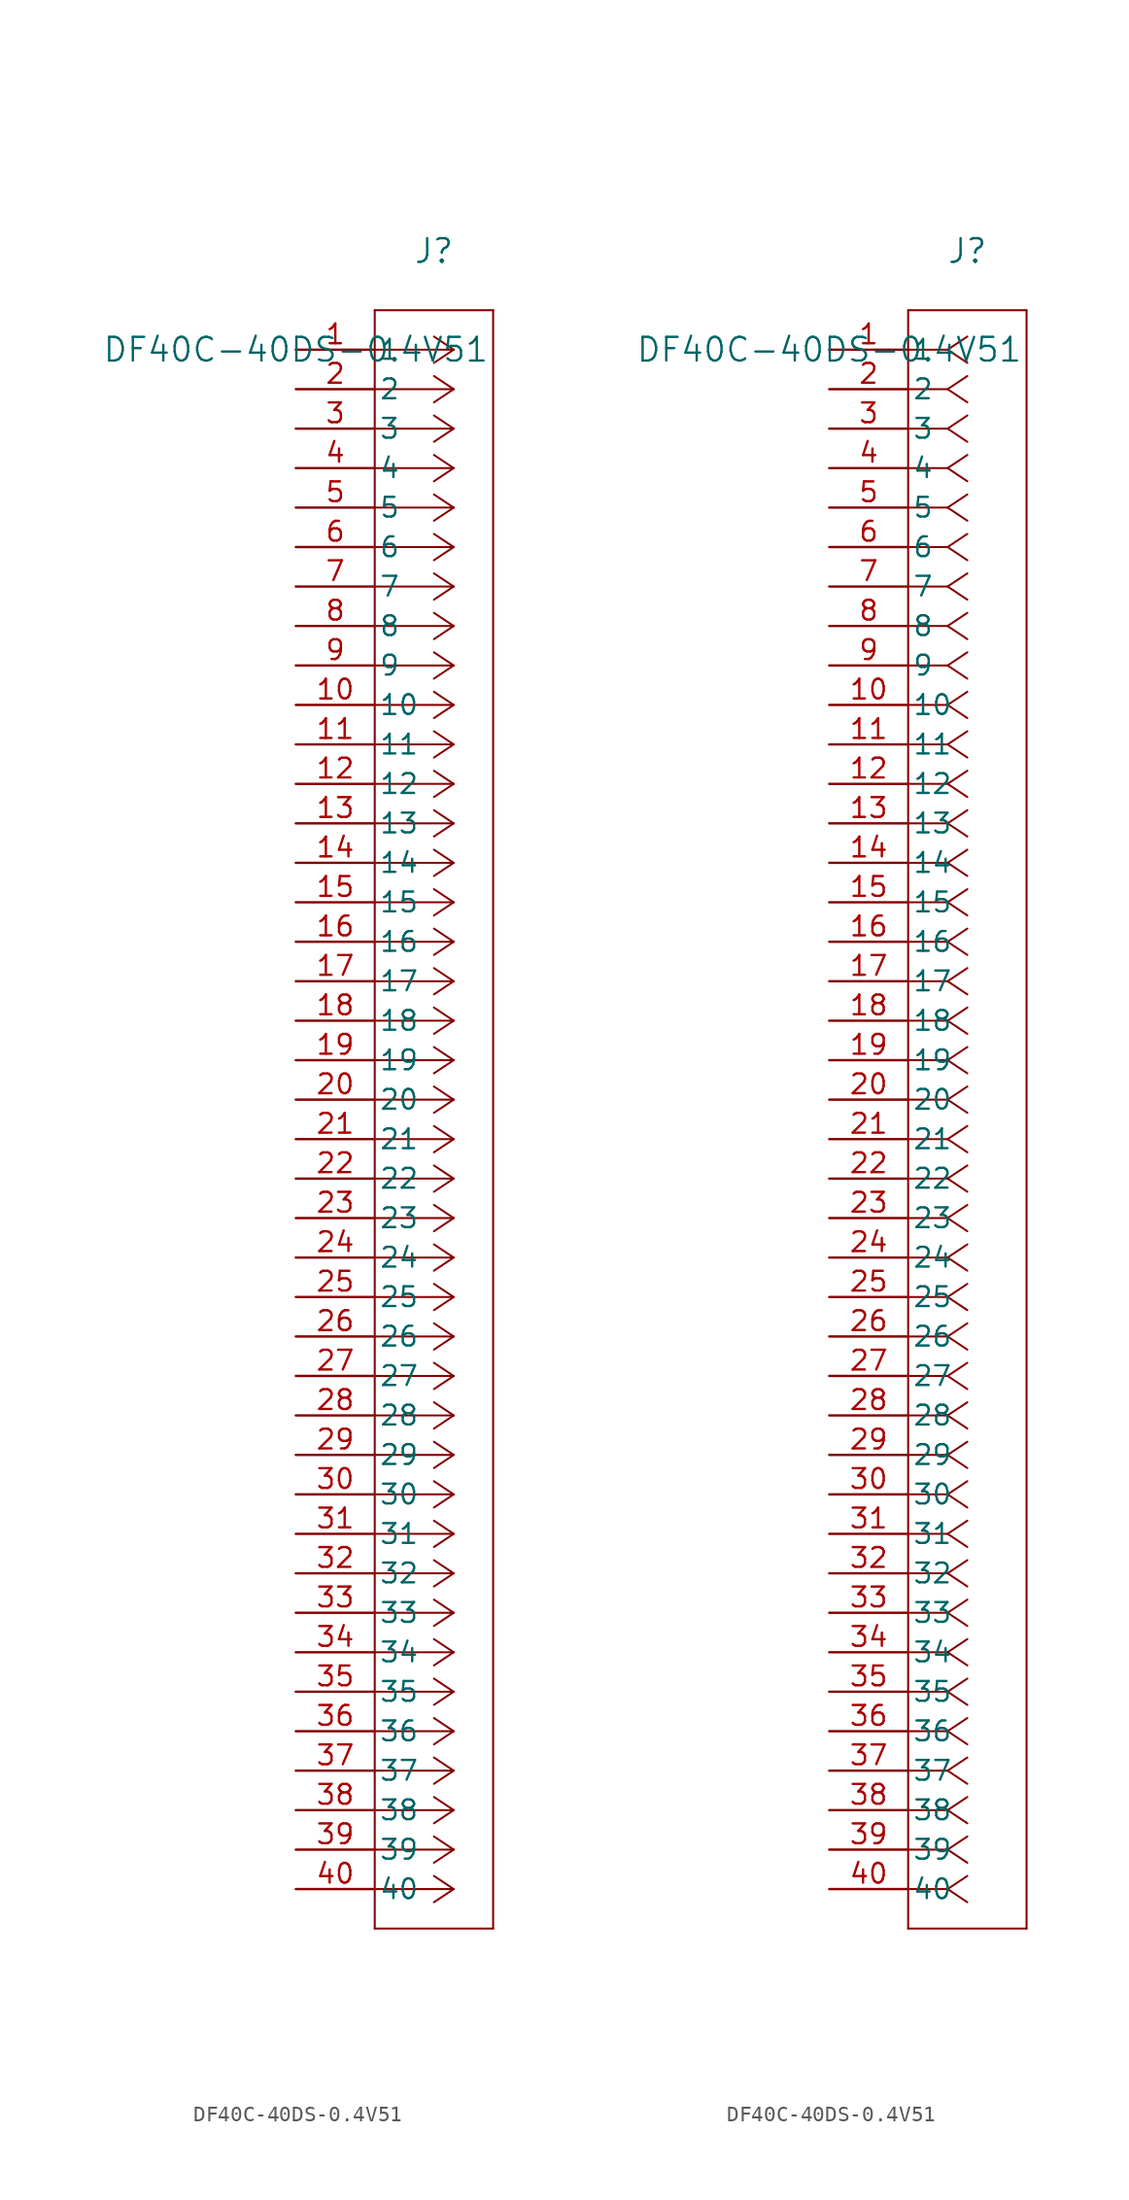
<source format=kicad_sym>
(kicad_symbol_lib
  (version 20211014)
  (generator kicad_symbol_editor)
  (symbol "DF40C-40DS-0.4V51"
    (pin_names
      (offset 0.254))
    (property "Reference" "J"
      (at 8.89 6.35 0)
      (effects (font (size 1.524 1.524))))
    (property "Value" "DF40C-40DS-0.4V51"
      (at 0 0 0)
      (effects (font (size 1.524 1.524))))
    (symbol "DF40C-40DS-0.4V51_1_1"
      (polyline (pts (xy 10.16 0) (xy 5.08 0)) (stroke (width 0.127) (type default) (color 0 0 0 0)) (fill (type none)))
      (polyline (pts (xy 10.16 -2.54) (xy 5.08 -2.54)) (stroke (width 0.127) (type default) (color 0 0 0 0)) (fill (type none)))
      (polyline (pts (xy 10.16 -5.08) (xy 5.08 -5.08)) (stroke (width 0.127) (type default) (color 0 0 0 0)) (fill (type none)))
      (polyline (pts (xy 10.16 -7.62) (xy 5.08 -7.62)) (stroke (width 0.127) (type default) (color 0 0 0 0)) (fill (type none)))
      (polyline (pts (xy 10.16 -10.16) (xy 5.08 -10.16)) (stroke (width 0.127) (type default) (color 0 0 0 0)) (fill (type none)))
      (polyline (pts (xy 10.16 -12.7) (xy 5.08 -12.7)) (stroke (width 0.127) (type default) (color 0 0 0 0)) (fill (type none)))
      (polyline (pts (xy 10.16 -15.24) (xy 5.08 -15.24)) (stroke (width 0.127) (type default) (color 0 0 0 0)) (fill (type none)))
      (polyline (pts (xy 10.16 -17.78) (xy 5.08 -17.78)) (stroke (width 0.127) (type default) (color 0 0 0 0)) (fill (type none)))
      (polyline (pts (xy 10.16 -20.32) (xy 5.08 -20.32)) (stroke (width 0.127) (type default) (color 0 0 0 0)) (fill (type none)))
      (polyline (pts (xy 10.16 -22.86) (xy 5.08 -22.86)) (stroke (width 0.127) (type default) (color 0 0 0 0)) (fill (type none)))
      (polyline (pts (xy 10.16 -25.4) (xy 5.08 -25.4)) (stroke (width 0.127) (type default) (color 0 0 0 0)) (fill (type none)))
      (polyline (pts (xy 10.16 -27.94) (xy 5.08 -27.94)) (stroke (width 0.127) (type default) (color 0 0 0 0)) (fill (type none)))
      (polyline (pts (xy 10.16 -30.48) (xy 5.08 -30.48)) (stroke (width 0.127) (type default) (color 0 0 0 0)) (fill (type none)))
      (polyline (pts (xy 10.16 -33.02) (xy 5.08 -33.02)) (stroke (width 0.127) (type default) (color 0 0 0 0)) (fill (type none)))
      (polyline (pts (xy 10.16 -35.56) (xy 5.08 -35.56)) (stroke (width 0.127) (type default) (color 0 0 0 0)) (fill (type none)))
      (polyline (pts (xy 10.16 -38.1) (xy 5.08 -38.1)) (stroke (width 0.127) (type default) (color 0 0 0 0)) (fill (type none)))
      (polyline (pts (xy 10.16 -40.64) (xy 5.08 -40.64)) (stroke (width 0.127) (type default) (color 0 0 0 0)) (fill (type none)))
      (polyline (pts (xy 10.16 -43.18) (xy 5.08 -43.18)) (stroke (width 0.127) (type default) (color 0 0 0 0)) (fill (type none)))
      (polyline (pts (xy 10.16 -45.72) (xy 5.08 -45.72)) (stroke (width 0.127) (type default) (color 0 0 0 0)) (fill (type none)))
      (polyline (pts (xy 10.16 -48.26) (xy 5.08 -48.26)) (stroke (width 0.127) (type default) (color 0 0 0 0)) (fill (type none)))
      (polyline (pts (xy 10.16 -50.8) (xy 5.08 -50.8)) (stroke (width 0.127) (type default) (color 0 0 0 0)) (fill (type none)))
      (polyline (pts (xy 10.16 -53.34) (xy 5.08 -53.34)) (stroke (width 0.127) (type default) (color 0 0 0 0)) (fill (type none)))
      (polyline (pts (xy 10.16 -55.88) (xy 5.08 -55.88)) (stroke (width 0.127) (type default) (color 0 0 0 0)) (fill (type none)))
      (polyline (pts (xy 10.16 -58.42) (xy 5.08 -58.42)) (stroke (width 0.127) (type default) (color 0 0 0 0)) (fill (type none)))
      (polyline (pts (xy 10.16 -60.96) (xy 5.08 -60.96)) (stroke (width 0.127) (type default) (color 0 0 0 0)) (fill (type none)))
      (polyline (pts (xy 10.16 -63.5) (xy 5.08 -63.5)) (stroke (width 0.127) (type default) (color 0 0 0 0)) (fill (type none)))
      (polyline (pts (xy 10.16 -66.04) (xy 5.08 -66.04)) (stroke (width 0.127) (type default) (color 0 0 0 0)) (fill (type none)))
      (polyline (pts (xy 10.16 -68.58) (xy 5.08 -68.58)) (stroke (width 0.127) (type default) (color 0 0 0 0)) (fill (type none)))
      (polyline (pts (xy 10.16 -71.12) (xy 5.08 -71.12)) (stroke (width 0.127) (type default) (color 0 0 0 0)) (fill (type none)))
      (polyline (pts (xy 10.16 -73.66) (xy 5.08 -73.66)) (stroke (width 0.127) (type default) (color 0 0 0 0)) (fill (type none)))
      (polyline (pts (xy 10.16 -76.2) (xy 5.08 -76.2)) (stroke (width 0.127) (type default) (color 0 0 0 0)) (fill (type none)))
      (polyline (pts (xy 10.16 -78.74) (xy 5.08 -78.74)) (stroke (width 0.127) (type default) (color 0 0 0 0)) (fill (type none)))
      (polyline (pts (xy 10.16 -81.28) (xy 5.08 -81.28)) (stroke (width 0.127) (type default) (color 0 0 0 0)) (fill (type none)))
      (polyline (pts (xy 10.16 -83.82) (xy 5.08 -83.82)) (stroke (width 0.127) (type default) (color 0 0 0 0)) (fill (type none)))
      (polyline (pts (xy 10.16 -86.36) (xy 5.08 -86.36)) (stroke (width 0.127) (type default) (color 0 0 0 0)) (fill (type none)))
      (polyline (pts (xy 10.16 -88.9) (xy 5.08 -88.9)) (stroke (width 0.127) (type default) (color 0 0 0 0)) (fill (type none)))
      (polyline (pts (xy 10.16 -91.44) (xy 5.08 -91.44)) (stroke (width 0.127) (type default) (color 0 0 0 0)) (fill (type none)))
      (polyline (pts (xy 10.16 -93.98) (xy 5.08 -93.98)) (stroke (width 0.127) (type default) (color 0 0 0 0)) (fill (type none)))
      (polyline (pts (xy 10.16 -96.52) (xy 5.08 -96.52)) (stroke (width 0.127) (type default) (color 0 0 0 0)) (fill (type none)))
      (polyline (pts (xy 10.16 -99.06) (xy 5.08 -99.06)) (stroke (width 0.127) (type default) (color 0 0 0 0)) (fill (type none)))
      (polyline (pts (xy 10.16 0) (xy 8.89 0.847)) (stroke (width 0.127) (type default) (color 0 0 0 0)) (fill (type none)))
      (polyline (pts (xy 10.16 -2.54) (xy 8.89 -1.693)) (stroke (width 0.127) (type default) (color 0 0 0 0)) (fill (type none)))
      (polyline (pts (xy 10.16 -5.08) (xy 8.89 -4.233)) (stroke (width 0.127) (type default) (color 0 0 0 0)) (fill (type none)))
      (polyline (pts (xy 10.16 -7.62) (xy 8.89 -6.773)) (stroke (width 0.127) (type default) (color 0 0 0 0)) (fill (type none)))
      (polyline (pts (xy 10.16 -10.16) (xy 8.89 -9.313)) (stroke (width 0.127) (type default) (color 0 0 0 0)) (fill (type none)))
      (polyline (pts (xy 10.16 -12.7) (xy 8.89 -11.853)) (stroke (width 0.127) (type default) (color 0 0 0 0)) (fill (type none)))
      (polyline (pts (xy 10.16 -15.24) (xy 8.89 -14.393)) (stroke (width 0.127) (type default) (color 0 0 0 0)) (fill (type none)))
      (polyline (pts (xy 10.16 -17.78) (xy 8.89 -16.933)) (stroke (width 0.127) (type default) (color 0 0 0 0)) (fill (type none)))
      (polyline (pts (xy 10.16 -20.32) (xy 8.89 -19.473)) (stroke (width 0.127) (type default) (color 0 0 0 0)) (fill (type none)))
      (polyline (pts (xy 10.16 -22.86) (xy 8.89 -22.013)) (stroke (width 0.127) (type default) (color 0 0 0 0)) (fill (type none)))
      (polyline (pts (xy 10.16 -25.4) (xy 8.89 -24.553)) (stroke (width 0.127) (type default) (color 0 0 0 0)) (fill (type none)))
      (polyline (pts (xy 10.16 -27.94) (xy 8.89 -27.093)) (stroke (width 0.127) (type default) (color 0 0 0 0)) (fill (type none)))
      (polyline (pts (xy 10.16 -30.48) (xy 8.89 -29.633)) (stroke (width 0.127) (type default) (color 0 0 0 0)) (fill (type none)))
      (polyline (pts (xy 10.16 -33.02) (xy 8.89 -32.173)) (stroke (width 0.127) (type default) (color 0 0 0 0)) (fill (type none)))
      (polyline (pts (xy 10.16 -35.56) (xy 8.89 -34.713)) (stroke (width 0.127) (type default) (color 0 0 0 0)) (fill (type none)))
      (polyline (pts (xy 10.16 -38.1) (xy 8.89 -37.253)) (stroke (width 0.127) (type default) (color 0 0 0 0)) (fill (type none)))
      (polyline (pts (xy 10.16 -40.64) (xy 8.89 -39.793)) (stroke (width 0.127) (type default) (color 0 0 0 0)) (fill (type none)))
      (polyline (pts (xy 10.16 -43.18) (xy 8.89 -42.333)) (stroke (width 0.127) (type default) (color 0 0 0 0)) (fill (type none)))
      (polyline (pts (xy 10.16 -45.72) (xy 8.89 -44.873)) (stroke (width 0.127) (type default) (color 0 0 0 0)) (fill (type none)))
      (polyline (pts (xy 10.16 -48.26) (xy 8.89 -47.413)) (stroke (width 0.127) (type default) (color 0 0 0 0)) (fill (type none)))
      (polyline (pts (xy 10.16 -50.8) (xy 8.89 -49.953)) (stroke (width 0.127) (type default) (color 0 0 0 0)) (fill (type none)))
      (polyline (pts (xy 10.16 -53.34) (xy 8.89 -52.493)) (stroke (width 0.127) (type default) (color 0 0 0 0)) (fill (type none)))
      (polyline (pts (xy 10.16 -55.88) (xy 8.89 -55.033)) (stroke (width 0.127) (type default) (color 0 0 0 0)) (fill (type none)))
      (polyline (pts (xy 10.16 -58.42) (xy 8.89 -57.573)) (stroke (width 0.127) (type default) (color 0 0 0 0)) (fill (type none)))
      (polyline (pts (xy 10.16 -60.96) (xy 8.89 -60.113)) (stroke (width 0.127) (type default) (color 0 0 0 0)) (fill (type none)))
      (polyline (pts (xy 10.16 -63.5) (xy 8.89 -62.653)) (stroke (width 0.127) (type default) (color 0 0 0 0)) (fill (type none)))
      (polyline (pts (xy 10.16 -66.04) (xy 8.89 -65.193)) (stroke (width 0.127) (type default) (color 0 0 0 0)) (fill (type none)))
      (polyline (pts (xy 10.16 -68.58) (xy 8.89 -67.733)) (stroke (width 0.127) (type default) (color 0 0 0 0)) (fill (type none)))
      (polyline (pts (xy 10.16 -71.12) (xy 8.89 -70.273)) (stroke (width 0.127) (type default) (color 0 0 0 0)) (fill (type none)))
      (polyline (pts (xy 10.16 -73.66) (xy 8.89 -72.813)) (stroke (width 0.127) (type default) (color 0 0 0 0)) (fill (type none)))
      (polyline (pts (xy 10.16 -76.2) (xy 8.89 -75.353)) (stroke (width 0.127) (type default) (color 0 0 0 0)) (fill (type none)))
      (polyline (pts (xy 10.16 -78.74) (xy 8.89 -77.893)) (stroke (width 0.127) (type default) (color 0 0 0 0)) (fill (type none)))
      (polyline (pts (xy 10.16 -81.28) (xy 8.89 -80.433)) (stroke (width 0.127) (type default) (color 0 0 0 0)) (fill (type none)))
      (polyline (pts (xy 10.16 -83.82) (xy 8.89 -82.973)) (stroke (width 0.127) (type default) (color 0 0 0 0)) (fill (type none)))
      (polyline (pts (xy 10.16 -86.36) (xy 8.89 -85.513)) (stroke (width 0.127) (type default) (color 0 0 0 0)) (fill (type none)))
      (polyline (pts (xy 10.16 -88.9) (xy 8.89 -88.053)) (stroke (width 0.127) (type default) (color 0 0 0 0)) (fill (type none)))
      (polyline (pts (xy 10.16 -91.44) (xy 8.89 -90.593)) (stroke (width 0.127) (type default) (color 0 0 0 0)) (fill (type none)))
      (polyline (pts (xy 10.16 -93.98) (xy 8.89 -93.133)) (stroke (width 0.127) (type default) (color 0 0 0 0)) (fill (type none)))
      (polyline (pts (xy 10.16 -96.52) (xy 8.89 -95.673)) (stroke (width 0.127) (type default) (color 0 0 0 0)) (fill (type none)))
      (polyline (pts (xy 10.16 -99.06) (xy 8.89 -98.213)) (stroke (width 0.127) (type default) (color 0 0 0 0)) (fill (type none)))
      (polyline (pts (xy 10.16 0) (xy 8.89 -0.847)) (stroke (width 0.127) (type default) (color 0 0 0 0)) (fill (type none)))
      (polyline (pts (xy 10.16 -2.54) (xy 8.89 -3.387)) (stroke (width 0.127) (type default) (color 0 0 0 0)) (fill (type none)))
      (polyline (pts (xy 10.16 -5.08) (xy 8.89 -5.927)) (stroke (width 0.127) (type default) (color 0 0 0 0)) (fill (type none)))
      (polyline (pts (xy 10.16 -7.62) (xy 8.89 -8.467)) (stroke (width 0.127) (type default) (color 0 0 0 0)) (fill (type none)))
      (polyline (pts (xy 10.16 -10.16) (xy 8.89 -11.007)) (stroke (width 0.127) (type default) (color 0 0 0 0)) (fill (type none)))
      (polyline (pts (xy 10.16 -12.7) (xy 8.89 -13.547)) (stroke (width 0.127) (type default) (color 0 0 0 0)) (fill (type none)))
      (polyline (pts (xy 10.16 -15.24) (xy 8.89 -16.087)) (stroke (width 0.127) (type default) (color 0 0 0 0)) (fill (type none)))
      (polyline (pts (xy 10.16 -17.78) (xy 8.89 -18.627)) (stroke (width 0.127) (type default) (color 0 0 0 0)) (fill (type none)))
      (polyline (pts (xy 10.16 -20.32) (xy 8.89 -21.167)) (stroke (width 0.127) (type default) (color 0 0 0 0)) (fill (type none)))
      (polyline (pts (xy 10.16 -22.86) (xy 8.89 -23.707)) (stroke (width 0.127) (type default) (color 0 0 0 0)) (fill (type none)))
      (polyline (pts (xy 10.16 -25.4) (xy 8.89 -26.247)) (stroke (width 0.127) (type default) (color 0 0 0 0)) (fill (type none)))
      (polyline (pts (xy 10.16 -27.94) (xy 8.89 -28.787)) (stroke (width 0.127) (type default) (color 0 0 0 0)) (fill (type none)))
      (polyline (pts (xy 10.16 -30.48) (xy 8.89 -31.327)) (stroke (width 0.127) (type default) (color 0 0 0 0)) (fill (type none)))
      (polyline (pts (xy 10.16 -33.02) (xy 8.89 -33.867)) (stroke (width 0.127) (type default) (color 0 0 0 0)) (fill (type none)))
      (polyline (pts (xy 10.16 -35.56) (xy 8.89 -36.407)) (stroke (width 0.127) (type default) (color 0 0 0 0)) (fill (type none)))
      (polyline (pts (xy 10.16 -38.1) (xy 8.89 -38.947)) (stroke (width 0.127) (type default) (color 0 0 0 0)) (fill (type none)))
      (polyline (pts (xy 10.16 -40.64) (xy 8.89 -41.487)) (stroke (width 0.127) (type default) (color 0 0 0 0)) (fill (type none)))
      (polyline (pts (xy 10.16 -43.18) (xy 8.89 -44.027)) (stroke (width 0.127) (type default) (color 0 0 0 0)) (fill (type none)))
      (polyline (pts (xy 10.16 -45.72) (xy 8.89 -46.567)) (stroke (width 0.127) (type default) (color 0 0 0 0)) (fill (type none)))
      (polyline (pts (xy 10.16 -48.26) (xy 8.89 -49.107)) (stroke (width 0.127) (type default) (color 0 0 0 0)) (fill (type none)))
      (polyline (pts (xy 10.16 -50.8) (xy 8.89 -51.647)) (stroke (width 0.127) (type default) (color 0 0 0 0)) (fill (type none)))
      (polyline (pts (xy 10.16 -53.34) (xy 8.89 -54.187)) (stroke (width 0.127) (type default) (color 0 0 0 0)) (fill (type none)))
      (polyline (pts (xy 10.16 -55.88) (xy 8.89 -56.727)) (stroke (width 0.127) (type default) (color 0 0 0 0)) (fill (type none)))
      (polyline (pts (xy 10.16 -58.42) (xy 8.89 -59.267)) (stroke (width 0.127) (type default) (color 0 0 0 0)) (fill (type none)))
      (polyline (pts (xy 10.16 -60.96) (xy 8.89 -61.807)) (stroke (width 0.127) (type default) (color 0 0 0 0)) (fill (type none)))
      (polyline (pts (xy 10.16 -63.5) (xy 8.89 -64.347)) (stroke (width 0.127) (type default) (color 0 0 0 0)) (fill (type none)))
      (polyline (pts (xy 10.16 -66.04) (xy 8.89 -66.887)) (stroke (width 0.127) (type default) (color 0 0 0 0)) (fill (type none)))
      (polyline (pts (xy 10.16 -68.58) (xy 8.89 -69.427)) (stroke (width 0.127) (type default) (color 0 0 0 0)) (fill (type none)))
      (polyline (pts (xy 10.16 -71.12) (xy 8.89 -71.967)) (stroke (width 0.127) (type default) (color 0 0 0 0)) (fill (type none)))
      (polyline (pts (xy 10.16 -73.66) (xy 8.89 -74.507)) (stroke (width 0.127) (type default) (color 0 0 0 0)) (fill (type none)))
      (polyline (pts (xy 10.16 -76.2) (xy 8.89 -77.047)) (stroke (width 0.127) (type default) (color 0 0 0 0)) (fill (type none)))
      (polyline (pts (xy 10.16 -78.74) (xy 8.89 -79.587)) (stroke (width 0.127) (type default) (color 0 0 0 0)) (fill (type none)))
      (polyline (pts (xy 10.16 -81.28) (xy 8.89 -82.127)) (stroke (width 0.127) (type default) (color 0 0 0 0)) (fill (type none)))
      (polyline (pts (xy 10.16 -83.82) (xy 8.89 -84.667)) (stroke (width 0.127) (type default) (color 0 0 0 0)) (fill (type none)))
      (polyline (pts (xy 10.16 -86.36) (xy 8.89 -87.207)) (stroke (width 0.127) (type default) (color 0 0 0 0)) (fill (type none)))
      (polyline (pts (xy 10.16 -88.9) (xy 8.89 -89.747)) (stroke (width 0.127) (type default) (color 0 0 0 0)) (fill (type none)))
      (polyline (pts (xy 10.16 -91.44) (xy 8.89 -92.287)) (stroke (width 0.127) (type default) (color 0 0 0 0)) (fill (type none)))
      (polyline (pts (xy 10.16 -93.98) (xy 8.89 -94.827)) (stroke (width 0.127) (type default) (color 0 0 0 0)) (fill (type none)))
      (polyline (pts (xy 10.16 -96.52) (xy 8.89 -97.367)) (stroke (width 0.127) (type default) (color 0 0 0 0)) (fill (type none)))
      (polyline (pts (xy 10.16 -99.06) (xy 8.89 -99.907)) (stroke (width 0.127) (type default) (color 0 0 0 0)) (fill (type none)))
      (polyline (pts (xy 5.08 2.54) (xy 5.08 -101.6)) (stroke (width 0.127) (type default) (color 0 0 0 0)) (fill (type none)))
      (polyline (pts (xy 5.08 -101.6) (xy 12.7 -101.6)) (stroke (width 0.127) (type default) (color 0 0 0 0)) (fill (type none)))
      (polyline (pts (xy 12.7 -101.6) (xy 12.7 2.54)) (stroke (width 0.127) (type default) (color 0 0 0 0)) (fill (type none)))
      (polyline (pts (xy 12.7 2.54) (xy 5.08 2.54)) (stroke (width 0.127) (type default) (color 0 0 0 0)) (fill (type none)))
      (pin unspecified line (at 0 0 0) (length 5.08) (name "1" (effects (font (size 1.27 1.27)))) (number "1" (effects (font (size 1.27 1.27)))))
      (pin unspecified line (at 0 -2.54 0) (length 5.08) (name "2" (effects (font (size 1.27 1.27)))) (number "2" (effects (font (size 1.27 1.27)))))
      (pin unspecified line (at 0 -5.08 0) (length 5.08) (name "3" (effects (font (size 1.27 1.27)))) (number "3" (effects (font (size 1.27 1.27)))))
      (pin unspecified line (at 0 -7.62 0) (length 5.08) (name "4" (effects (font (size 1.27 1.27)))) (number "4" (effects (font (size 1.27 1.27)))))
      (pin unspecified line (at 0 -10.16 0) (length 5.08) (name "5" (effects (font (size 1.27 1.27)))) (number "5" (effects (font (size 1.27 1.27)))))
      (pin unspecified line (at 0 -12.7 0) (length 5.08) (name "6" (effects (font (size 1.27 1.27)))) (number "6" (effects (font (size 1.27 1.27)))))
      (pin unspecified line (at 0 -15.24 0) (length 5.08) (name "7" (effects (font (size 1.27 1.27)))) (number "7" (effects (font (size 1.27 1.27)))))
      (pin unspecified line (at 0 -17.78 0) (length 5.08) (name "8" (effects (font (size 1.27 1.27)))) (number "8" (effects (font (size 1.27 1.27)))))
      (pin unspecified line (at 0 -20.32 0) (length 5.08) (name "9" (effects (font (size 1.27 1.27)))) (number "9" (effects (font (size 1.27 1.27)))))
      (pin unspecified line (at 0 -22.86 0) (length 5.08) (name "10" (effects (font (size 1.27 1.27)))) (number "10" (effects (font (size 1.27 1.27)))))
      (pin unspecified line (at 0 -25.4 0) (length 5.08) (name "11" (effects (font (size 1.27 1.27)))) (number "11" (effects (font (size 1.27 1.27)))))
      (pin unspecified line (at 0 -27.94 0) (length 5.08) (name "12" (effects (font (size 1.27 1.27)))) (number "12" (effects (font (size 1.27 1.27)))))
      (pin unspecified line (at 0 -30.48 0) (length 5.08) (name "13" (effects (font (size 1.27 1.27)))) (number "13" (effects (font (size 1.27 1.27)))))
      (pin unspecified line (at 0 -33.02 0) (length 5.08) (name "14" (effects (font (size 1.27 1.27)))) (number "14" (effects (font (size 1.27 1.27)))))
      (pin unspecified line (at 0 -35.56 0) (length 5.08) (name "15" (effects (font (size 1.27 1.27)))) (number "15" (effects (font (size 1.27 1.27)))))
      (pin unspecified line (at 0 -38.1 0) (length 5.08) (name "16" (effects (font (size 1.27 1.27)))) (number "16" (effects (font (size 1.27 1.27)))))
      (pin unspecified line (at 0 -40.64 0) (length 5.08) (name "17" (effects (font (size 1.27 1.27)))) (number "17" (effects (font (size 1.27 1.27)))))
      (pin unspecified line (at 0 -43.18 0) (length 5.08) (name "18" (effects (font (size 1.27 1.27)))) (number "18" (effects (font (size 1.27 1.27)))))
      (pin unspecified line (at 0 -45.72 0) (length 5.08) (name "19" (effects (font (size 1.27 1.27)))) (number "19" (effects (font (size 1.27 1.27)))))
      (pin unspecified line (at 0 -48.26 0) (length 5.08) (name "20" (effects (font (size 1.27 1.27)))) (number "20" (effects (font (size 1.27 1.27)))))
      (pin unspecified line (at 0 -50.8 0) (length 5.08) (name "21" (effects (font (size 1.27 1.27)))) (number "21" (effects (font (size 1.27 1.27)))))
      (pin unspecified line (at 0 -53.34 0) (length 5.08) (name "22" (effects (font (size 1.27 1.27)))) (number "22" (effects (font (size 1.27 1.27)))))
      (pin unspecified line (at 0 -55.88 0) (length 5.08) (name "23" (effects (font (size 1.27 1.27)))) (number "23" (effects (font (size 1.27 1.27)))))
      (pin unspecified line (at 0 -58.42 0) (length 5.08) (name "24" (effects (font (size 1.27 1.27)))) (number "24" (effects (font (size 1.27 1.27)))))
      (pin unspecified line (at 0 -60.96 0) (length 5.08) (name "25" (effects (font (size 1.27 1.27)))) (number "25" (effects (font (size 1.27 1.27)))))
      (pin unspecified line (at 0 -63.5 0) (length 5.08) (name "26" (effects (font (size 1.27 1.27)))) (number "26" (effects (font (size 1.27 1.27)))))
      (pin unspecified line (at 0 -66.04 0) (length 5.08) (name "27" (effects (font (size 1.27 1.27)))) (number "27" (effects (font (size 1.27 1.27)))))
      (pin unspecified line (at 0 -68.58 0) (length 5.08) (name "28" (effects (font (size 1.27 1.27)))) (number "28" (effects (font (size 1.27 1.27)))))
      (pin unspecified line (at 0 -71.12 0) (length 5.08) (name "29" (effects (font (size 1.27 1.27)))) (number "29" (effects (font (size 1.27 1.27)))))
      (pin unspecified line (at 0 -73.66 0) (length 5.08) (name "30" (effects (font (size 1.27 1.27)))) (number "30" (effects (font (size 1.27 1.27)))))
      (pin unspecified line (at 0 -76.2 0) (length 5.08) (name "31" (effects (font (size 1.27 1.27)))) (number "31" (effects (font (size 1.27 1.27)))))
      (pin unspecified line (at 0 -78.74 0) (length 5.08) (name "32" (effects (font (size 1.27 1.27)))) (number "32" (effects (font (size 1.27 1.27)))))
      (pin unspecified line (at 0 -81.28 0) (length 5.08) (name "33" (effects (font (size 1.27 1.27)))) (number "33" (effects (font (size 1.27 1.27)))))
      (pin unspecified line (at 0 -83.82 0) (length 5.08) (name "34" (effects (font (size 1.27 1.27)))) (number "34" (effects (font (size 1.27 1.27)))))
      (pin unspecified line (at 0 -86.36 0) (length 5.08) (name "35" (effects (font (size 1.27 1.27)))) (number "35" (effects (font (size 1.27 1.27)))))
      (pin unspecified line (at 0 -88.9 0) (length 5.08) (name "36" (effects (font (size 1.27 1.27)))) (number "36" (effects (font (size 1.27 1.27)))))
      (pin unspecified line (at 0 -91.44 0) (length 5.08) (name "37" (effects (font (size 1.27 1.27)))) (number "37" (effects (font (size 1.27 1.27)))))
      (pin unspecified line (at 0 -93.98 0) (length 5.08) (name "38" (effects (font (size 1.27 1.27)))) (number "38" (effects (font (size 1.27 1.27)))))
      (pin unspecified line (at 0 -96.52 0) (length 5.08) (name "39" (effects (font (size 1.27 1.27)))) (number "39" (effects (font (size 1.27 1.27)))))
      (pin unspecified line (at 0 -99.06 0) (length 5.08) (name "40" (effects (font (size 1.27 1.27)))) (number "40" (effects (font (size 1.27 1.27))))))
    (symbol "DF40C-40DS-0.4V51_1_2"
      (polyline (pts (xy 7.62 0) (xy 5.08 0)) (stroke (width 0.127) (type default) (color 0 0 0 0)) (fill (type none)))
      (polyline (pts (xy 7.62 -2.54) (xy 5.08 -2.54)) (stroke (width 0.127) (type default) (color 0 0 0 0)) (fill (type none)))
      (polyline (pts (xy 7.62 -5.08) (xy 5.08 -5.08)) (stroke (width 0.127) (type default) (color 0 0 0 0)) (fill (type none)))
      (polyline (pts (xy 7.62 -7.62) (xy 5.08 -7.62)) (stroke (width 0.127) (type default) (color 0 0 0 0)) (fill (type none)))
      (polyline (pts (xy 7.62 -10.16) (xy 5.08 -10.16)) (stroke (width 0.127) (type default) (color 0 0 0 0)) (fill (type none)))
      (polyline (pts (xy 7.62 -12.7) (xy 5.08 -12.7)) (stroke (width 0.127) (type default) (color 0 0 0 0)) (fill (type none)))
      (polyline (pts (xy 7.62 -15.24) (xy 5.08 -15.24)) (stroke (width 0.127) (type default) (color 0 0 0 0)) (fill (type none)))
      (polyline (pts (xy 7.62 -17.78) (xy 5.08 -17.78)) (stroke (width 0.127) (type default) (color 0 0 0 0)) (fill (type none)))
      (polyline (pts (xy 7.62 -20.32) (xy 5.08 -20.32)) (stroke (width 0.127) (type default) (color 0 0 0 0)) (fill (type none)))
      (polyline (pts (xy 7.62 -22.86) (xy 5.08 -22.86)) (stroke (width 0.127) (type default) (color 0 0 0 0)) (fill (type none)))
      (polyline (pts (xy 7.62 -25.4) (xy 5.08 -25.4)) (stroke (width 0.127) (type default) (color 0 0 0 0)) (fill (type none)))
      (polyline (pts (xy 7.62 -27.94) (xy 5.08 -27.94)) (stroke (width 0.127) (type default) (color 0 0 0 0)) (fill (type none)))
      (polyline (pts (xy 7.62 -30.48) (xy 5.08 -30.48)) (stroke (width 0.127) (type default) (color 0 0 0 0)) (fill (type none)))
      (polyline (pts (xy 7.62 -33.02) (xy 5.08 -33.02)) (stroke (width 0.127) (type default) (color 0 0 0 0)) (fill (type none)))
      (polyline (pts (xy 7.62 -35.56) (xy 5.08 -35.56)) (stroke (width 0.127) (type default) (color 0 0 0 0)) (fill (type none)))
      (polyline (pts (xy 7.62 -38.1) (xy 5.08 -38.1)) (stroke (width 0.127) (type default) (color 0 0 0 0)) (fill (type none)))
      (polyline (pts (xy 7.62 -40.64) (xy 5.08 -40.64)) (stroke (width 0.127) (type default) (color 0 0 0 0)) (fill (type none)))
      (polyline (pts (xy 7.62 -43.18) (xy 5.08 -43.18)) (stroke (width 0.127) (type default) (color 0 0 0 0)) (fill (type none)))
      (polyline (pts (xy 7.62 -45.72) (xy 5.08 -45.72)) (stroke (width 0.127) (type default) (color 0 0 0 0)) (fill (type none)))
      (polyline (pts (xy 7.62 -48.26) (xy 5.08 -48.26)) (stroke (width 0.127) (type default) (color 0 0 0 0)) (fill (type none)))
      (polyline (pts (xy 7.62 -50.8) (xy 5.08 -50.8)) (stroke (width 0.127) (type default) (color 0 0 0 0)) (fill (type none)))
      (polyline (pts (xy 7.62 -53.34) (xy 5.08 -53.34)) (stroke (width 0.127) (type default) (color 0 0 0 0)) (fill (type none)))
      (polyline (pts (xy 7.62 -55.88) (xy 5.08 -55.88)) (stroke (width 0.127) (type default) (color 0 0 0 0)) (fill (type none)))
      (polyline (pts (xy 7.62 -58.42) (xy 5.08 -58.42)) (stroke (width 0.127) (type default) (color 0 0 0 0)) (fill (type none)))
      (polyline (pts (xy 7.62 -60.96) (xy 5.08 -60.96)) (stroke (width 0.127) (type default) (color 0 0 0 0)) (fill (type none)))
      (polyline (pts (xy 7.62 -63.5) (xy 5.08 -63.5)) (stroke (width 0.127) (type default) (color 0 0 0 0)) (fill (type none)))
      (polyline (pts (xy 7.62 -66.04) (xy 5.08 -66.04)) (stroke (width 0.127) (type default) (color 0 0 0 0)) (fill (type none)))
      (polyline (pts (xy 7.62 -68.58) (xy 5.08 -68.58)) (stroke (width 0.127) (type default) (color 0 0 0 0)) (fill (type none)))
      (polyline (pts (xy 7.62 -71.12) (xy 5.08 -71.12)) (stroke (width 0.127) (type default) (color 0 0 0 0)) (fill (type none)))
      (polyline (pts (xy 7.62 -73.66) (xy 5.08 -73.66)) (stroke (width 0.127) (type default) (color 0 0 0 0)) (fill (type none)))
      (polyline (pts (xy 7.62 -76.2) (xy 5.08 -76.2)) (stroke (width 0.127) (type default) (color 0 0 0 0)) (fill (type none)))
      (polyline (pts (xy 7.62 -78.74) (xy 5.08 -78.74)) (stroke (width 0.127) (type default) (color 0 0 0 0)) (fill (type none)))
      (polyline (pts (xy 7.62 -81.28) (xy 5.08 -81.28)) (stroke (width 0.127) (type default) (color 0 0 0 0)) (fill (type none)))
      (polyline (pts (xy 7.62 -83.82) (xy 5.08 -83.82)) (stroke (width 0.127) (type default) (color 0 0 0 0)) (fill (type none)))
      (polyline (pts (xy 7.62 -86.36) (xy 5.08 -86.36)) (stroke (width 0.127) (type default) (color 0 0 0 0)) (fill (type none)))
      (polyline (pts (xy 7.62 -88.9) (xy 5.08 -88.9)) (stroke (width 0.127) (type default) (color 0 0 0 0)) (fill (type none)))
      (polyline (pts (xy 7.62 -91.44) (xy 5.08 -91.44)) (stroke (width 0.127) (type default) (color 0 0 0 0)) (fill (type none)))
      (polyline (pts (xy 7.62 -93.98) (xy 5.08 -93.98)) (stroke (width 0.127) (type default) (color 0 0 0 0)) (fill (type none)))
      (polyline (pts (xy 7.62 -96.52) (xy 5.08 -96.52)) (stroke (width 0.127) (type default) (color 0 0 0 0)) (fill (type none)))
      (polyline (pts (xy 7.62 -99.06) (xy 5.08 -99.06)) (stroke (width 0.127) (type default) (color 0 0 0 0)) (fill (type none)))
      (polyline (pts (xy 7.62 0) (xy 8.89 0.847)) (stroke (width 0.127) (type default) (color 0 0 0 0)) (fill (type none)))
      (polyline (pts (xy 7.62 -2.54) (xy 8.89 -1.693)) (stroke (width 0.127) (type default) (color 0 0 0 0)) (fill (type none)))
      (polyline (pts (xy 7.62 -5.08) (xy 8.89 -4.233)) (stroke (width 0.127) (type default) (color 0 0 0 0)) (fill (type none)))
      (polyline (pts (xy 7.62 -7.62) (xy 8.89 -6.773)) (stroke (width 0.127) (type default) (color 0 0 0 0)) (fill (type none)))
      (polyline (pts (xy 7.62 -10.16) (xy 8.89 -9.313)) (stroke (width 0.127) (type default) (color 0 0 0 0)) (fill (type none)))
      (polyline (pts (xy 7.62 -12.7) (xy 8.89 -11.853)) (stroke (width 0.127) (type default) (color 0 0 0 0)) (fill (type none)))
      (polyline (pts (xy 7.62 -15.24) (xy 8.89 -14.393)) (stroke (width 0.127) (type default) (color 0 0 0 0)) (fill (type none)))
      (polyline (pts (xy 7.62 -17.78) (xy 8.89 -16.933)) (stroke (width 0.127) (type default) (color 0 0 0 0)) (fill (type none)))
      (polyline (pts (xy 7.62 -20.32) (xy 8.89 -19.473)) (stroke (width 0.127) (type default) (color 0 0 0 0)) (fill (type none)))
      (polyline (pts (xy 7.62 -22.86) (xy 8.89 -22.013)) (stroke (width 0.127) (type default) (color 0 0 0 0)) (fill (type none)))
      (polyline (pts (xy 7.62 -25.4) (xy 8.89 -24.553)) (stroke (width 0.127) (type default) (color 0 0 0 0)) (fill (type none)))
      (polyline (pts (xy 7.62 -27.94) (xy 8.89 -27.093)) (stroke (width 0.127) (type default) (color 0 0 0 0)) (fill (type none)))
      (polyline (pts (xy 7.62 -30.48) (xy 8.89 -29.633)) (stroke (width 0.127) (type default) (color 0 0 0 0)) (fill (type none)))
      (polyline (pts (xy 7.62 -33.02) (xy 8.89 -32.173)) (stroke (width 0.127) (type default) (color 0 0 0 0)) (fill (type none)))
      (polyline (pts (xy 7.62 -35.56) (xy 8.89 -34.713)) (stroke (width 0.127) (type default) (color 0 0 0 0)) (fill (type none)))
      (polyline (pts (xy 7.62 -38.1) (xy 8.89 -37.253)) (stroke (width 0.127) (type default) (color 0 0 0 0)) (fill (type none)))
      (polyline (pts (xy 7.62 -40.64) (xy 8.89 -39.793)) (stroke (width 0.127) (type default) (color 0 0 0 0)) (fill (type none)))
      (polyline (pts (xy 7.62 -43.18) (xy 8.89 -42.333)) (stroke (width 0.127) (type default) (color 0 0 0 0)) (fill (type none)))
      (polyline (pts (xy 7.62 -45.72) (xy 8.89 -44.873)) (stroke (width 0.127) (type default) (color 0 0 0 0)) (fill (type none)))
      (polyline (pts (xy 7.62 -48.26) (xy 8.89 -47.413)) (stroke (width 0.127) (type default) (color 0 0 0 0)) (fill (type none)))
      (polyline (pts (xy 7.62 -50.8) (xy 8.89 -49.953)) (stroke (width 0.127) (type default) (color 0 0 0 0)) (fill (type none)))
      (polyline (pts (xy 7.62 -53.34) (xy 8.89 -52.493)) (stroke (width 0.127) (type default) (color 0 0 0 0)) (fill (type none)))
      (polyline (pts (xy 7.62 -55.88) (xy 8.89 -55.033)) (stroke (width 0.127) (type default) (color 0 0 0 0)) (fill (type none)))
      (polyline (pts (xy 7.62 -58.42) (xy 8.89 -57.573)) (stroke (width 0.127) (type default) (color 0 0 0 0)) (fill (type none)))
      (polyline (pts (xy 7.62 -60.96) (xy 8.89 -60.113)) (stroke (width 0.127) (type default) (color 0 0 0 0)) (fill (type none)))
      (polyline (pts (xy 7.62 -63.5) (xy 8.89 -62.653)) (stroke (width 0.127) (type default) (color 0 0 0 0)) (fill (type none)))
      (polyline (pts (xy 7.62 -66.04) (xy 8.89 -65.193)) (stroke (width 0.127) (type default) (color 0 0 0 0)) (fill (type none)))
      (polyline (pts (xy 7.62 -68.58) (xy 8.89 -67.733)) (stroke (width 0.127) (type default) (color 0 0 0 0)) (fill (type none)))
      (polyline (pts (xy 7.62 -71.12) (xy 8.89 -70.273)) (stroke (width 0.127) (type default) (color 0 0 0 0)) (fill (type none)))
      (polyline (pts (xy 7.62 -73.66) (xy 8.89 -72.813)) (stroke (width 0.127) (type default) (color 0 0 0 0)) (fill (type none)))
      (polyline (pts (xy 7.62 -76.2) (xy 8.89 -75.353)) (stroke (width 0.127) (type default) (color 0 0 0 0)) (fill (type none)))
      (polyline (pts (xy 7.62 -78.74) (xy 8.89 -77.893)) (stroke (width 0.127) (type default) (color 0 0 0 0)) (fill (type none)))
      (polyline (pts (xy 7.62 -81.28) (xy 8.89 -80.433)) (stroke (width 0.127) (type default) (color 0 0 0 0)) (fill (type none)))
      (polyline (pts (xy 7.62 -83.82) (xy 8.89 -82.973)) (stroke (width 0.127) (type default) (color 0 0 0 0)) (fill (type none)))
      (polyline (pts (xy 7.62 -86.36) (xy 8.89 -85.513)) (stroke (width 0.127) (type default) (color 0 0 0 0)) (fill (type none)))
      (polyline (pts (xy 7.62 -88.9) (xy 8.89 -88.053)) (stroke (width 0.127) (type default) (color 0 0 0 0)) (fill (type none)))
      (polyline (pts (xy 7.62 -91.44) (xy 8.89 -90.593)) (stroke (width 0.127) (type default) (color 0 0 0 0)) (fill (type none)))
      (polyline (pts (xy 7.62 -93.98) (xy 8.89 -93.133)) (stroke (width 0.127) (type default) (color 0 0 0 0)) (fill (type none)))
      (polyline (pts (xy 7.62 -96.52) (xy 8.89 -95.673)) (stroke (width 0.127) (type default) (color 0 0 0 0)) (fill (type none)))
      (polyline (pts (xy 7.62 -99.06) (xy 8.89 -98.213)) (stroke (width 0.127) (type default) (color 0 0 0 0)) (fill (type none)))
      (polyline (pts (xy 7.62 0) (xy 8.89 -0.847)) (stroke (width 0.127) (type default) (color 0 0 0 0)) (fill (type none)))
      (polyline (pts (xy 7.62 -2.54) (xy 8.89 -3.387)) (stroke (width 0.127) (type default) (color 0 0 0 0)) (fill (type none)))
      (polyline (pts (xy 7.62 -5.08) (xy 8.89 -5.927)) (stroke (width 0.127) (type default) (color 0 0 0 0)) (fill (type none)))
      (polyline (pts (xy 7.62 -7.62) (xy 8.89 -8.467)) (stroke (width 0.127) (type default) (color 0 0 0 0)) (fill (type none)))
      (polyline (pts (xy 7.62 -10.16) (xy 8.89 -11.007)) (stroke (width 0.127) (type default) (color 0 0 0 0)) (fill (type none)))
      (polyline (pts (xy 7.62 -12.7) (xy 8.89 -13.547)) (stroke (width 0.127) (type default) (color 0 0 0 0)) (fill (type none)))
      (polyline (pts (xy 7.62 -15.24) (xy 8.89 -16.087)) (stroke (width 0.127) (type default) (color 0 0 0 0)) (fill (type none)))
      (polyline (pts (xy 7.62 -17.78) (xy 8.89 -18.627)) (stroke (width 0.127) (type default) (color 0 0 0 0)) (fill (type none)))
      (polyline (pts (xy 7.62 -20.32) (xy 8.89 -21.167)) (stroke (width 0.127) (type default) (color 0 0 0 0)) (fill (type none)))
      (polyline (pts (xy 7.62 -22.86) (xy 8.89 -23.707)) (stroke (width 0.127) (type default) (color 0 0 0 0)) (fill (type none)))
      (polyline (pts (xy 7.62 -25.4) (xy 8.89 -26.247)) (stroke (width 0.127) (type default) (color 0 0 0 0)) (fill (type none)))
      (polyline (pts (xy 7.62 -27.94) (xy 8.89 -28.787)) (stroke (width 0.127) (type default) (color 0 0 0 0)) (fill (type none)))
      (polyline (pts (xy 7.62 -30.48) (xy 8.89 -31.327)) (stroke (width 0.127) (type default) (color 0 0 0 0)) (fill (type none)))
      (polyline (pts (xy 7.62 -33.02) (xy 8.89 -33.867)) (stroke (width 0.127) (type default) (color 0 0 0 0)) (fill (type none)))
      (polyline (pts (xy 7.62 -35.56) (xy 8.89 -36.407)) (stroke (width 0.127) (type default) (color 0 0 0 0)) (fill (type none)))
      (polyline (pts (xy 7.62 -38.1) (xy 8.89 -38.947)) (stroke (width 0.127) (type default) (color 0 0 0 0)) (fill (type none)))
      (polyline (pts (xy 7.62 -40.64) (xy 8.89 -41.487)) (stroke (width 0.127) (type default) (color 0 0 0 0)) (fill (type none)))
      (polyline (pts (xy 7.62 -43.18) (xy 8.89 -44.027)) (stroke (width 0.127) (type default) (color 0 0 0 0)) (fill (type none)))
      (polyline (pts (xy 7.62 -45.72) (xy 8.89 -46.567)) (stroke (width 0.127) (type default) (color 0 0 0 0)) (fill (type none)))
      (polyline (pts (xy 7.62 -48.26) (xy 8.89 -49.107)) (stroke (width 0.127) (type default) (color 0 0 0 0)) (fill (type none)))
      (polyline (pts (xy 7.62 -50.8) (xy 8.89 -51.647)) (stroke (width 0.127) (type default) (color 0 0 0 0)) (fill (type none)))
      (polyline (pts (xy 7.62 -53.34) (xy 8.89 -54.187)) (stroke (width 0.127) (type default) (color 0 0 0 0)) (fill (type none)))
      (polyline (pts (xy 7.62 -55.88) (xy 8.89 -56.727)) (stroke (width 0.127) (type default) (color 0 0 0 0)) (fill (type none)))
      (polyline (pts (xy 7.62 -58.42) (xy 8.89 -59.267)) (stroke (width 0.127) (type default) (color 0 0 0 0)) (fill (type none)))
      (polyline (pts (xy 7.62 -60.96) (xy 8.89 -61.807)) (stroke (width 0.127) (type default) (color 0 0 0 0)) (fill (type none)))
      (polyline (pts (xy 7.62 -63.5) (xy 8.89 -64.347)) (stroke (width 0.127) (type default) (color 0 0 0 0)) (fill (type none)))
      (polyline (pts (xy 7.62 -66.04) (xy 8.89 -66.887)) (stroke (width 0.127) (type default) (color 0 0 0 0)) (fill (type none)))
      (polyline (pts (xy 7.62 -68.58) (xy 8.89 -69.427)) (stroke (width 0.127) (type default) (color 0 0 0 0)) (fill (type none)))
      (polyline (pts (xy 7.62 -71.12) (xy 8.89 -71.967)) (stroke (width 0.127) (type default) (color 0 0 0 0)) (fill (type none)))
      (polyline (pts (xy 7.62 -73.66) (xy 8.89 -74.507)) (stroke (width 0.127) (type default) (color 0 0 0 0)) (fill (type none)))
      (polyline (pts (xy 7.62 -76.2) (xy 8.89 -77.047)) (stroke (width 0.127) (type default) (color 0 0 0 0)) (fill (type none)))
      (polyline (pts (xy 7.62 -78.74) (xy 8.89 -79.587)) (stroke (width 0.127) (type default) (color 0 0 0 0)) (fill (type none)))
      (polyline (pts (xy 7.62 -81.28) (xy 8.89 -82.127)) (stroke (width 0.127) (type default) (color 0 0 0 0)) (fill (type none)))
      (polyline (pts (xy 7.62 -83.82) (xy 8.89 -84.667)) (stroke (width 0.127) (type default) (color 0 0 0 0)) (fill (type none)))
      (polyline (pts (xy 7.62 -86.36) (xy 8.89 -87.207)) (stroke (width 0.127) (type default) (color 0 0 0 0)) (fill (type none)))
      (polyline (pts (xy 7.62 -88.9) (xy 8.89 -89.747)) (stroke (width 0.127) (type default) (color 0 0 0 0)) (fill (type none)))
      (polyline (pts (xy 7.62 -91.44) (xy 8.89 -92.287)) (stroke (width 0.127) (type default) (color 0 0 0 0)) (fill (type none)))
      (polyline (pts (xy 7.62 -93.98) (xy 8.89 -94.827)) (stroke (width 0.127) (type default) (color 0 0 0 0)) (fill (type none)))
      (polyline (pts (xy 7.62 -96.52) (xy 8.89 -97.367)) (stroke (width 0.127) (type default) (color 0 0 0 0)) (fill (type none)))
      (polyline (pts (xy 7.62 -99.06) (xy 8.89 -99.907)) (stroke (width 0.127) (type default) (color 0 0 0 0)) (fill (type none)))
      (polyline (pts (xy 5.08 2.54) (xy 5.08 -101.6)) (stroke (width 0.127) (type default) (color 0 0 0 0)) (fill (type none)))
      (polyline (pts (xy 5.08 -101.6) (xy 12.7 -101.6)) (stroke (width 0.127) (type default) (color 0 0 0 0)) (fill (type none)))
      (polyline (pts (xy 12.7 -101.6) (xy 12.7 2.54)) (stroke (width 0.127) (type default) (color 0 0 0 0)) (fill (type none)))
      (polyline (pts (xy 12.7 2.54) (xy 5.08 2.54)) (stroke (width 0.127) (type default) (color 0 0 0 0)) (fill (type none)))
      (pin unspecified line (at 0 0 0) (length 5.08) (name "1" (effects (font (size 1.27 1.27)))) (number "1" (effects (font (size 1.27 1.27)))))
      (pin unspecified line (at 0 -2.54 0) (length 5.08) (name "2" (effects (font (size 1.27 1.27)))) (number "2" (effects (font (size 1.27 1.27)))))
      (pin unspecified line (at 0 -5.08 0) (length 5.08) (name "3" (effects (font (size 1.27 1.27)))) (number "3" (effects (font (size 1.27 1.27)))))
      (pin unspecified line (at 0 -7.62 0) (length 5.08) (name "4" (effects (font (size 1.27 1.27)))) (number "4" (effects (font (size 1.27 1.27)))))
      (pin unspecified line (at 0 -10.16 0) (length 5.08) (name "5" (effects (font (size 1.27 1.27)))) (number "5" (effects (font (size 1.27 1.27)))))
      (pin unspecified line (at 0 -12.7 0) (length 5.08) (name "6" (effects (font (size 1.27 1.27)))) (number "6" (effects (font (size 1.27 1.27)))))
      (pin unspecified line (at 0 -15.24 0) (length 5.08) (name "7" (effects (font (size 1.27 1.27)))) (number "7" (effects (font (size 1.27 1.27)))))
      (pin unspecified line (at 0 -17.78 0) (length 5.08) (name "8" (effects (font (size 1.27 1.27)))) (number "8" (effects (font (size 1.27 1.27)))))
      (pin unspecified line (at 0 -20.32 0) (length 5.08) (name "9" (effects (font (size 1.27 1.27)))) (number "9" (effects (font (size 1.27 1.27)))))
      (pin unspecified line (at 0 -22.86 0) (length 5.08) (name "10" (effects (font (size 1.27 1.27)))) (number "10" (effects (font (size 1.27 1.27)))))
      (pin unspecified line (at 0 -25.4 0) (length 5.08) (name "11" (effects (font (size 1.27 1.27)))) (number "11" (effects (font (size 1.27 1.27)))))
      (pin unspecified line (at 0 -27.94 0) (length 5.08) (name "12" (effects (font (size 1.27 1.27)))) (number "12" (effects (font (size 1.27 1.27)))))
      (pin unspecified line (at 0 -30.48 0) (length 5.08) (name "13" (effects (font (size 1.27 1.27)))) (number "13" (effects (font (size 1.27 1.27)))))
      (pin unspecified line (at 0 -33.02 0) (length 5.08) (name "14" (effects (font (size 1.27 1.27)))) (number "14" (effects (font (size 1.27 1.27)))))
      (pin unspecified line (at 0 -35.56 0) (length 5.08) (name "15" (effects (font (size 1.27 1.27)))) (number "15" (effects (font (size 1.27 1.27)))))
      (pin unspecified line (at 0 -38.1 0) (length 5.08) (name "16" (effects (font (size 1.27 1.27)))) (number "16" (effects (font (size 1.27 1.27)))))
      (pin unspecified line (at 0 -40.64 0) (length 5.08) (name "17" (effects (font (size 1.27 1.27)))) (number "17" (effects (font (size 1.27 1.27)))))
      (pin unspecified line (at 0 -43.18 0) (length 5.08) (name "18" (effects (font (size 1.27 1.27)))) (number "18" (effects (font (size 1.27 1.27)))))
      (pin unspecified line (at 0 -45.72 0) (length 5.08) (name "19" (effects (font (size 1.27 1.27)))) (number "19" (effects (font (size 1.27 1.27)))))
      (pin unspecified line (at 0 -48.26 0) (length 5.08) (name "20" (effects (font (size 1.27 1.27)))) (number "20" (effects (font (size 1.27 1.27)))))
      (pin unspecified line (at 0 -50.8 0) (length 5.08) (name "21" (effects (font (size 1.27 1.27)))) (number "21" (effects (font (size 1.27 1.27)))))
      (pin unspecified line (at 0 -53.34 0) (length 5.08) (name "22" (effects (font (size 1.27 1.27)))) (number "22" (effects (font (size 1.27 1.27)))))
      (pin unspecified line (at 0 -55.88 0) (length 5.08) (name "23" (effects (font (size 1.27 1.27)))) (number "23" (effects (font (size 1.27 1.27)))))
      (pin unspecified line (at 0 -58.42 0) (length 5.08) (name "24" (effects (font (size 1.27 1.27)))) (number "24" (effects (font (size 1.27 1.27)))))
      (pin unspecified line (at 0 -60.96 0) (length 5.08) (name "25" (effects (font (size 1.27 1.27)))) (number "25" (effects (font (size 1.27 1.27)))))
      (pin unspecified line (at 0 -63.5 0) (length 5.08) (name "26" (effects (font (size 1.27 1.27)))) (number "26" (effects (font (size 1.27 1.27)))))
      (pin unspecified line (at 0 -66.04 0) (length 5.08) (name "27" (effects (font (size 1.27 1.27)))) (number "27" (effects (font (size 1.27 1.27)))))
      (pin unspecified line (at 0 -68.58 0) (length 5.08) (name "28" (effects (font (size 1.27 1.27)))) (number "28" (effects (font (size 1.27 1.27)))))
      (pin unspecified line (at 0 -71.12 0) (length 5.08) (name "29" (effects (font (size 1.27 1.27)))) (number "29" (effects (font (size 1.27 1.27)))))
      (pin unspecified line (at 0 -73.66 0) (length 5.08) (name "30" (effects (font (size 1.27 1.27)))) (number "30" (effects (font (size 1.27 1.27)))))
      (pin unspecified line (at 0 -76.2 0) (length 5.08) (name "31" (effects (font (size 1.27 1.27)))) (number "31" (effects (font (size 1.27 1.27)))))
      (pin unspecified line (at 0 -78.74 0) (length 5.08) (name "32" (effects (font (size 1.27 1.27)))) (number "32" (effects (font (size 1.27 1.27)))))
      (pin unspecified line (at 0 -81.28 0) (length 5.08) (name "33" (effects (font (size 1.27 1.27)))) (number "33" (effects (font (size 1.27 1.27)))))
      (pin unspecified line (at 0 -83.82 0) (length 5.08) (name "34" (effects (font (size 1.27 1.27)))) (number "34" (effects (font (size 1.27 1.27)))))
      (pin unspecified line (at 0 -86.36 0) (length 5.08) (name "35" (effects (font (size 1.27 1.27)))) (number "35" (effects (font (size 1.27 1.27)))))
      (pin unspecified line (at 0 -88.9 0) (length 5.08) (name "36" (effects (font (size 1.27 1.27)))) (number "36" (effects (font (size 1.27 1.27)))))
      (pin unspecified line (at 0 -91.44 0) (length 5.08) (name "37" (effects (font (size 1.27 1.27)))) (number "37" (effects (font (size 1.27 1.27)))))
      (pin unspecified line (at 0 -93.98 0) (length 5.08) (name "38" (effects (font (size 1.27 1.27)))) (number "38" (effects (font (size 1.27 1.27)))))
      (pin unspecified line (at 0 -96.52 0) (length 5.08) (name "39" (effects (font (size 1.27 1.27)))) (number "39" (effects (font (size 1.27 1.27)))))
      (pin unspecified line (at 0 -99.06 0) (length 5.08) (name "40" (effects (font (size 1.27 1.27)))) (number "40" (effects (font (size 1.27 1.27))))))))
</source>
